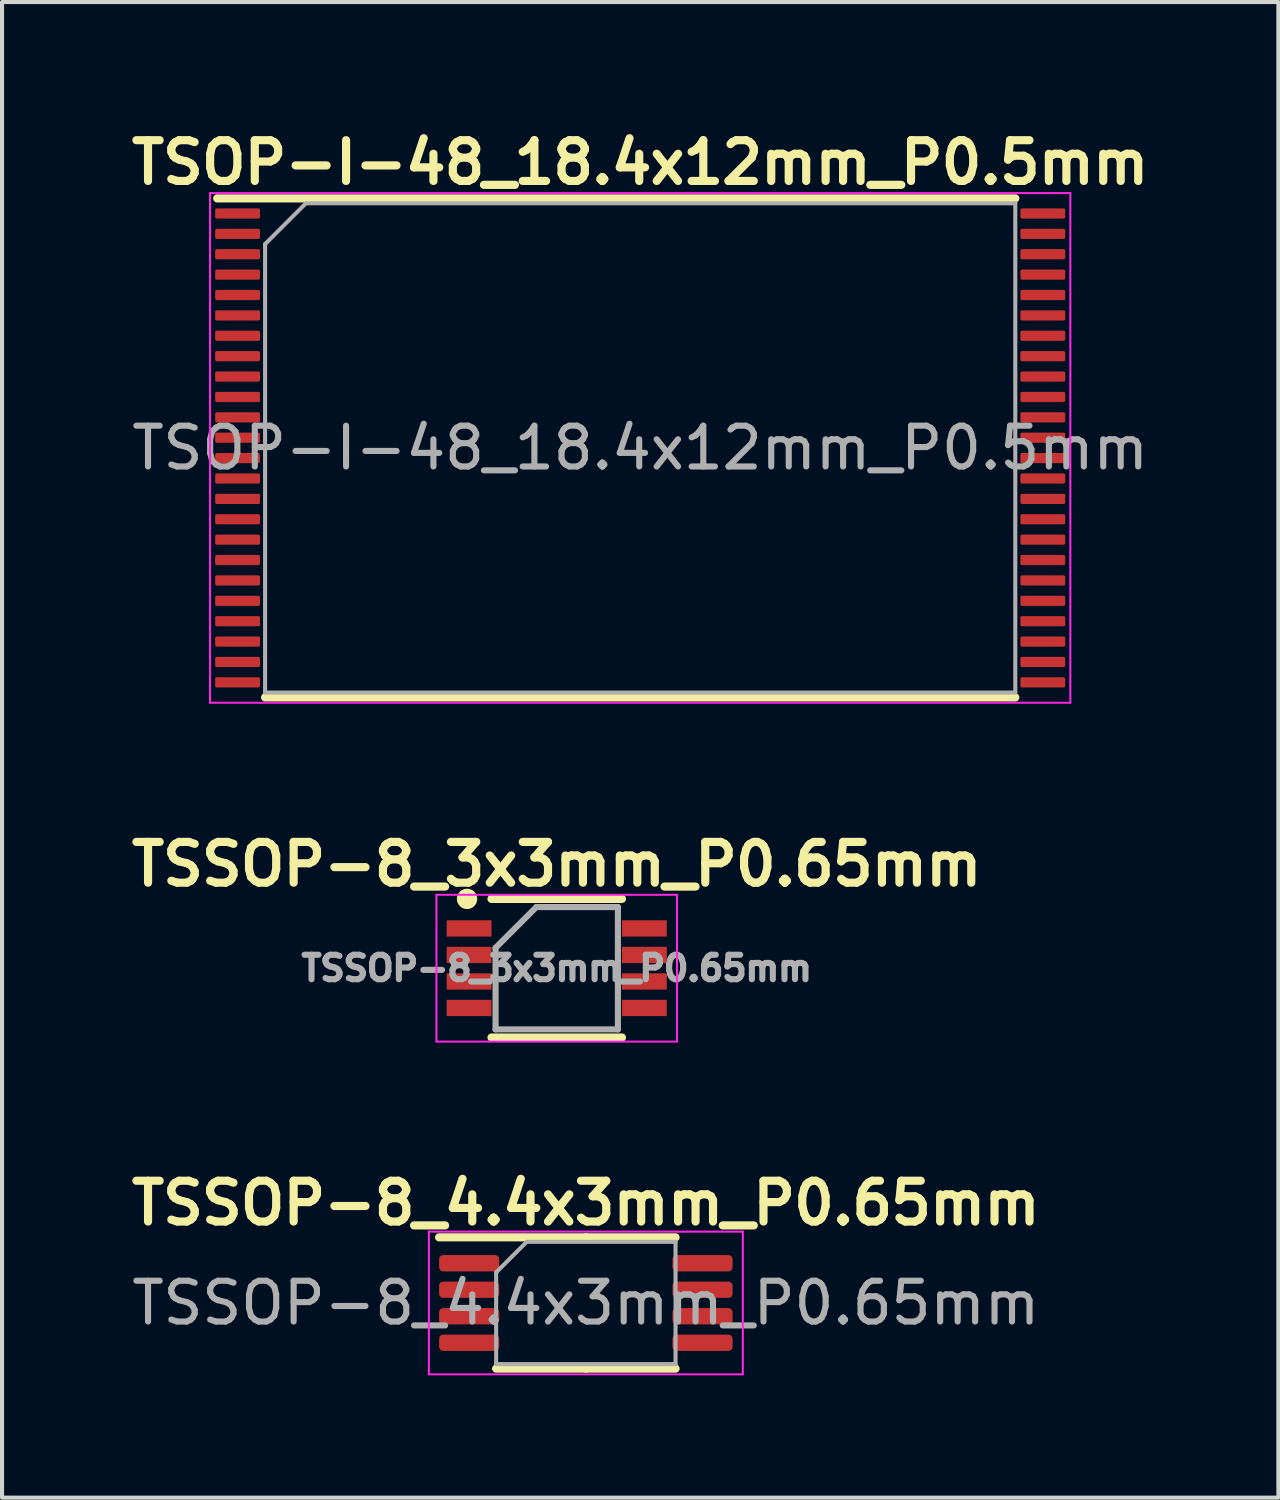
<source format=kicad_pcb>
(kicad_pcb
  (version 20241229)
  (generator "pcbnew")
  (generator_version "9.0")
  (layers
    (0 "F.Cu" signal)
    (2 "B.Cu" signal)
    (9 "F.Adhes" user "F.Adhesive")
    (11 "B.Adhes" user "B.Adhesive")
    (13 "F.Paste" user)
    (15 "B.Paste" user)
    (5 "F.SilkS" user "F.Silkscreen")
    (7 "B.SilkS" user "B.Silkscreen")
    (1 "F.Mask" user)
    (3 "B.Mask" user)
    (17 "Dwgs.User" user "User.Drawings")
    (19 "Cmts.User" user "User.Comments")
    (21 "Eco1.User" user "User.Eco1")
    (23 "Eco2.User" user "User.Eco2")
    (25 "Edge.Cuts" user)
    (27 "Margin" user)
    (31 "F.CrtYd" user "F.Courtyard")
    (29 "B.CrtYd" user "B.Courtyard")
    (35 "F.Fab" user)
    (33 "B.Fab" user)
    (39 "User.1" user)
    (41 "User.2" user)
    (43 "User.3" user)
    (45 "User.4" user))
  (footprint "TSSOP-8_3x3mm_P0.65mm"
    (layer "F.Cu")
    (at 10.605 20.697)
    (property "Reference" "TSSOP-8_3x3mm_P0.65mm" (at 0 -2.55 0) (layer "F.SilkS") (effects (font (size 1 1) (thickness 0.2))))
    (attr smd)
    (fp_line (start -1.6 -1.7) (end 1.6 -1.7) (stroke (width 0.2) (type solid)) (layer "F.SilkS"))
    (fp_line (start -1.6 1.7) (end 1.6 1.7) (stroke (width 0.2) (type solid)) (layer "F.SilkS"))
    (fp_circle (center -2.2 -1.7) (end -2.075 -1.7) (stroke (width 0.25) (type solid)) (fill no) (layer "F.SilkS"))
    (fp_line (start -2.95 -1.8) (end -2.95 1.8) (stroke (width 0.05) (type solid)) (layer "F.CrtYd"))
    (fp_line (start -2.95 -1.8) (end 2.95 -1.8) (stroke (width 0.05) (type solid)) (layer "F.CrtYd"))
    (fp_line (start -2.95 1.8) (end 2.95 1.8) (stroke (width 0.05) (type solid)) (layer "F.CrtYd"))
    (fp_line (start 2.95 -1.8) (end 2.95 1.8) (stroke (width 0.05) (type solid)) (layer "F.CrtYd"))
    (fp_line (start -1.5 -0.5) (end -0.5 -1.5) (stroke (width 0.15) (type solid)) (layer "F.Fab"))
    (fp_line (start -1.5 1.5) (end -1.5 -0.5) (stroke (width 0.15) (type solid)) (layer "F.Fab"))
    (fp_line (start -0.5 -1.5) (end 1.5 -1.5) (stroke (width 0.15) (type solid)) (layer "F.Fab"))
    (fp_line (start 1.5 -1.5) (end 1.5 1.5) (stroke (width 0.15) (type solid)) (layer "F.Fab"))
    (fp_line (start 1.5 1.5) (end -1.5 1.5) (stroke (width 0.15) (type solid)) (layer "F.Fab"))
    (fp_text user "${REFERENCE}" (at 0 0 0) (layer "F.Fab") (effects (font (size 0.6 0.6) (thickness 0.15))))
    (pad "1" smd rect (at -2.15 -0.975) (size 1.1 0.4) (layers "F.Cu" "F.Mask" "F.Paste"))
    (pad "2" smd rect (at -2.15 -0.325) (size 1.1 0.4) (layers "F.Cu" "F.Mask" "F.Paste"))
    (pad "3" smd rect (at -2.15 0.325) (size 1.1 0.4) (layers "F.Cu" "F.Mask" "F.Paste"))
    (pad "4" smd rect (at -2.15 0.975) (size 1.1 0.4) (layers "F.Cu" "F.Mask" "F.Paste"))
    (pad "5" smd rect (at 2.15 0.975) (size 1.1 0.4) (layers "F.Cu" "F.Mask" "F.Paste"))
    (pad "6" smd rect (at 2.15 0.325) (size 1.1 0.4) (layers "F.Cu" "F.Mask" "F.Paste"))
    (pad "7" smd rect (at 2.15 -0.325) (size 1.1 0.4) (layers "F.Cu" "F.Mask" "F.Paste"))
    (pad "8" smd rect (at 2.15 -0.975) (size 1.1 0.4) (layers "F.Cu" "F.Mask" "F.Paste")))
  (footprint "TSOP-I-48_18.4x12mm_P0.5mm"
    (layer "F.Cu")
    (at 12.652 7.936)
    (property "Reference" "TSOP-I-48_18.4x12mm_P0.5mm" (at 0 -7 0) (layer "F.SilkS") (effects (font (size 1 1) (thickness 0.2))))
    (attr smd)
    (fp_line (start -9.2 6.12) (end 9.2 6.12) (stroke (width 0.2) (type solid)) (layer "F.SilkS"))
    (fp_line (start 9.2 -6.12) (end -10.375 -6.12) (stroke (width 0.2) (type solid)) (layer "F.SilkS"))
    (fp_line (start -10.55 -6.25) (end 10.55 -6.25) (stroke (width 0.05) (type solid)) (layer "F.CrtYd"))
    (fp_line (start -10.55 6.25) (end -10.55 -6.25) (stroke (width 0.05) (type solid)) (layer "F.CrtYd"))
    (fp_line (start 10.55 -6.25) (end 10.55 6.25) (stroke (width 0.05) (type solid)) (layer "F.CrtYd"))
    (fp_line (start 10.55 6.25) (end -10.55 6.25) (stroke (width 0.05) (type solid)) (layer "F.CrtYd"))
    (fp_line (start -9.2 6) (end -9.2 -5) (stroke (width 0.1) (type solid)) (layer "F.Fab"))
    (fp_line (start -8.2 -6) (end -9.2 -5) (stroke (width 0.1) (type solid)) (layer "F.Fab"))
    (fp_line (start -8.2 -6) (end 9.2 -6) (stroke (width 0.1) (type solid)) (layer "F.Fab"))
    (fp_line (start 9.2 -6) (end 9.2 6) (stroke (width 0.1) (type solid)) (layer "F.Fab"))
    (fp_line (start 9.2 6) (end -9.2 6) (stroke (width 0.1) (type solid)) (layer "F.Fab"))
    (fp_text user "${REFERENCE}" (at 0 0 0) (layer "F.Fab") (effects (font (size 1 1) (thickness 0.15))))
    (pad "1" smd roundrect (at -9.875 -5.75) (size 1.1 0.25) (layers "F.Cu" "F.Mask" "F.Paste") (roundrect_rratio 0.15))
    (pad "2" smd roundrect (at -9.875 -5.25) (size 1.1 0.25) (layers "F.Cu" "F.Mask" "F.Paste") (roundrect_rratio 0.15))
    (pad "3" smd roundrect (at -9.875 -4.75) (size 1.1 0.25) (layers "F.Cu" "F.Mask" "F.Paste") (roundrect_rratio 0.15))
    (pad "4" smd roundrect (at -9.875 -4.25) (size 1.1 0.25) (layers "F.Cu" "F.Mask" "F.Paste") (roundrect_rratio 0.15))
    (pad "5" smd roundrect (at -9.875 -3.75) (size 1.1 0.25) (layers "F.Cu" "F.Mask" "F.Paste") (roundrect_rratio 0.15))
    (pad "6" smd roundrect (at -9.875 -3.25) (size 1.1 0.25) (layers "F.Cu" "F.Mask" "F.Paste") (roundrect_rratio 0.15))
    (pad "7" smd roundrect (at -9.875 -2.75) (size 1.1 0.25) (layers "F.Cu" "F.Mask" "F.Paste") (roundrect_rratio 0.15))
    (pad "8" smd roundrect (at -9.875 -2.25) (size 1.1 0.25) (layers "F.Cu" "F.Mask" "F.Paste") (roundrect_rratio 0.15))
    (pad "9" smd roundrect (at -9.875 -1.75) (size 1.1 0.25) (layers "F.Cu" "F.Mask" "F.Paste") (roundrect_rratio 0.15))
    (pad "10" smd roundrect (at -9.875 -1.25) (size 1.1 0.25) (layers "F.Cu" "F.Mask" "F.Paste") (roundrect_rratio 0.15))
    (pad "11" smd roundrect (at -9.875 -0.75) (size 1.1 0.25) (layers "F.Cu" "F.Mask" "F.Paste") (roundrect_rratio 0.15))
    (pad "12" smd roundrect (at -9.875 -0.25) (size 1.1 0.25) (layers "F.Cu" "F.Mask" "F.Paste") (roundrect_rratio 0.15))
    (pad "13" smd roundrect (at -9.875 0.25) (size 1.1 0.25) (layers "F.Cu" "F.Mask" "F.Paste") (roundrect_rratio 0.15))
    (pad "14" smd roundrect (at -9.875 0.75) (size 1.1 0.25) (layers "F.Cu" "F.Mask" "F.Paste") (roundrect_rratio 0.15))
    (pad "15" smd roundrect (at -9.875 1.25) (size 1.1 0.25) (layers "F.Cu" "F.Mask" "F.Paste") (roundrect_rratio 0.15))
    (pad "16" smd roundrect (at -9.875 1.75) (size 1.1 0.25) (layers "F.Cu" "F.Mask" "F.Paste") (roundrect_rratio 0.15))
    (pad "17" smd roundrect (at -9.875 2.25) (size 1.1 0.25) (layers "F.Cu" "F.Mask" "F.Paste") (roundrect_rratio 0.15))
    (pad "18" smd roundrect (at -9.875 2.75) (size 1.1 0.25) (layers "F.Cu" "F.Mask" "F.Paste") (roundrect_rratio 0.15))
    (pad "19" smd roundrect (at -9.875 3.25) (size 1.1 0.25) (layers "F.Cu" "F.Mask" "F.Paste") (roundrect_rratio 0.15))
    (pad "20" smd roundrect (at -9.875 3.75) (size 1.1 0.25) (layers "F.Cu" "F.Mask" "F.Paste") (roundrect_rratio 0.15))
    (pad "21" smd roundrect (at -9.875 4.25) (size 1.1 0.25) (layers "F.Cu" "F.Mask" "F.Paste") (roundrect_rratio 0.15))
    (pad "22" smd roundrect (at -9.875 4.75) (size 1.1 0.25) (layers "F.Cu" "F.Mask" "F.Paste") (roundrect_rratio 0.15))
    (pad "23" smd roundrect (at -9.875 5.25) (size 1.1 0.25) (layers "F.Cu" "F.Mask" "F.Paste") (roundrect_rratio 0.15))
    (pad "24" smd roundrect (at -9.875 5.75) (size 1.1 0.25) (layers "F.Cu" "F.Mask" "F.Paste") (roundrect_rratio 0.15))
    (pad "25" smd roundrect (at 9.875 5.75) (size 1.1 0.25) (layers "F.Cu" "F.Mask" "F.Paste") (roundrect_rratio 0.15))
    (pad "26" smd roundrect (at 9.875 5.25) (size 1.1 0.25) (layers "F.Cu" "F.Mask" "F.Paste") (roundrect_rratio 0.15))
    (pad "27" smd roundrect (at 9.875 4.75) (size 1.1 0.25) (layers "F.Cu" "F.Mask" "F.Paste") (roundrect_rratio 0.15))
    (pad "28" smd roundrect (at 9.875 4.25) (size 1.1 0.25) (layers "F.Cu" "F.Mask" "F.Paste") (roundrect_rratio 0.15))
    (pad "29" smd roundrect (at 9.875 3.75) (size 1.1 0.25) (layers "F.Cu" "F.Mask" "F.Paste") (roundrect_rratio 0.15))
    (pad "30" smd roundrect (at 9.875 3.25) (size 1.1 0.25) (layers "F.Cu" "F.Mask" "F.Paste") (roundrect_rratio 0.15))
    (pad "31" smd roundrect (at 9.875 2.75) (size 1.1 0.25) (layers "F.Cu" "F.Mask" "F.Paste") (roundrect_rratio 0.15))
    (pad "32" smd roundrect (at 9.875 2.25) (size 1.1 0.25) (layers "F.Cu" "F.Mask" "F.Paste") (roundrect_rratio 0.15))
    (pad "33" smd roundrect (at 9.875 1.75) (size 1.1 0.25) (layers "F.Cu" "F.Mask" "F.Paste") (roundrect_rratio 0.15))
    (pad "34" smd roundrect (at 9.875 1.25) (size 1.1 0.25) (layers "F.Cu" "F.Mask" "F.Paste") (roundrect_rratio 0.15))
    (pad "35" smd roundrect (at 9.875 0.75) (size 1.1 0.25) (layers "F.Cu" "F.Mask" "F.Paste") (roundrect_rratio 0.15))
    (pad "36" smd roundrect (at 9.875 0.25) (size 1.1 0.25) (layers "F.Cu" "F.Mask" "F.Paste") (roundrect_rratio 0.15))
    (pad "37" smd roundrect (at 9.875 -0.25) (size 1.1 0.25) (layers "F.Cu" "F.Mask" "F.Paste") (roundrect_rratio 0.15))
    (pad "38" smd roundrect (at 9.875 -0.75) (size 1.1 0.25) (layers "F.Cu" "F.Mask" "F.Paste") (roundrect_rratio 0.15))
    (pad "39" smd roundrect (at 9.875 -1.25) (size 1.1 0.25) (layers "F.Cu" "F.Mask" "F.Paste") (roundrect_rratio 0.15))
    (pad "40" smd roundrect (at 9.875 -1.75) (size 1.1 0.25) (layers "F.Cu" "F.Mask" "F.Paste") (roundrect_rratio 0.15))
    (pad "41" smd roundrect (at 9.875 -2.25) (size 1.1 0.25) (layers "F.Cu" "F.Mask" "F.Paste") (roundrect_rratio 0.15))
    (pad "42" smd roundrect (at 9.875 -2.75) (size 1.1 0.25) (layers "F.Cu" "F.Mask" "F.Paste") (roundrect_rratio 0.15))
    (pad "43" smd roundrect (at 9.875 -3.25) (size 1.1 0.25) (layers "F.Cu" "F.Mask" "F.Paste") (roundrect_rratio 0.15))
    (pad "44" smd roundrect (at 9.875 -3.75) (size 1.1 0.25) (layers "F.Cu" "F.Mask" "F.Paste") (roundrect_rratio 0.15))
    (pad "45" smd roundrect (at 9.875 -4.25) (size 1.1 0.25) (layers "F.Cu" "F.Mask" "F.Paste") (roundrect_rratio 0.15))
    (pad "46" smd roundrect (at 9.875 -4.75) (size 1.1 0.25) (layers "F.Cu" "F.Mask" "F.Paste") (roundrect_rratio 0.15))
    (pad "47" smd roundrect (at 9.875 -5.25) (size 1.1 0.25) (layers "F.Cu" "F.Mask" "F.Paste") (roundrect_rratio 0.15))
    (pad "48" smd roundrect (at 9.875 -5.75) (size 1.1 0.25) (layers "F.Cu" "F.Mask" "F.Paste") (roundrect_rratio 0.15)))
  (footprint "TSSOP-8_4.4x3mm_P0.65mm"
    (layer "F.Cu")
    (at 11.319 28.908)
    (property "Reference" "TSSOP-8_4.4x3mm_P0.65mm" (at 0 -2.45 0) (layer "F.SilkS") (effects (font (size 1 1) (thickness 0.2) (bold yes))))
    (attr smd)
    (fp_line (start 0 -1.61) (end -3.6 -1.61) (stroke (width 0.2) (type solid)) (layer "F.SilkS"))
    (fp_line (start 0 -1.61) (end 2.2 -1.61) (stroke (width 0.2) (type solid)) (layer "F.SilkS"))
    (fp_line (start 0 1.61) (end -2.2 1.61) (stroke (width 0.2) (type solid)) (layer "F.SilkS"))
    (fp_line (start 0 1.61) (end 2.2 1.61) (stroke (width 0.2) (type solid)) (layer "F.SilkS"))
    (fp_line (start -3.85 -1.75) (end -3.85 1.75) (stroke (width 0.05) (type solid)) (layer "F.CrtYd"))
    (fp_line (start -3.85 1.75) (end 3.85 1.75) (stroke (width 0.05) (type solid)) (layer "F.CrtYd"))
    (fp_line (start 3.85 -1.75) (end -3.85 -1.75) (stroke (width 0.05) (type solid)) (layer "F.CrtYd"))
    (fp_line (start 3.85 1.75) (end 3.85 -1.75) (stroke (width 0.05) (type solid)) (layer "F.CrtYd"))
    (fp_line (start -2.2 -0.75) (end -1.45 -1.5) (stroke (width 0.1) (type solid)) (layer "F.Fab"))
    (fp_line (start -2.2 1.5) (end -2.2 -0.75) (stroke (width 0.1) (type solid)) (layer "F.Fab"))
    (fp_line (start -1.45 -1.5) (end 2.2 -1.5) (stroke (width 0.1) (type solid)) (layer "F.Fab"))
    (fp_line (start 2.2 -1.5) (end 2.2 1.5) (stroke (width 0.1) (type solid)) (layer "F.Fab"))
    (fp_line (start 2.2 1.5) (end -2.2 1.5) (stroke (width 0.1) (type solid)) (layer "F.Fab"))
    (fp_text user "${REFERENCE}" (at 0 0 0) (layer "F.Fab") (effects (font (size 1 1) (thickness 0.15))))
    (pad "1" smd roundrect (at -2.862 -0.975) (size 1.475 0.4) (layers "F.Cu" "F.Mask" "F.Paste") (roundrect_rratio 0.25))
    (pad "2" smd roundrect (at -2.862 -0.325) (size 1.475 0.4) (layers "F.Cu" "F.Mask" "F.Paste") (roundrect_rratio 0.25))
    (pad "3" smd roundrect (at -2.862 0.325) (size 1.475 0.4) (layers "F.Cu" "F.Mask" "F.Paste") (roundrect_rratio 0.25))
    (pad "4" smd roundrect (at -2.862 0.975) (size 1.475 0.4) (layers "F.Cu" "F.Mask" "F.Paste") (roundrect_rratio 0.25))
    (pad "5" smd roundrect (at 2.862 0.975) (size 1.475 0.4) (layers "F.Cu" "F.Mask" "F.Paste") (roundrect_rratio 0.25))
    (pad "6" smd roundrect (at 2.862 0.325) (size 1.475 0.4) (layers "F.Cu" "F.Mask" "F.Paste") (roundrect_rratio 0.25))
    (pad "7" smd roundrect (at 2.862 -0.325) (size 1.475 0.4) (layers "F.Cu" "F.Mask" "F.Paste") (roundrect_rratio 0.25))
    (pad "8" smd roundrect (at 2.862 -0.975) (size 1.475 0.4) (layers "F.Cu" "F.Mask" "F.Paste") (roundrect_rratio 0.25)))
  (gr_rect
    (start -3 -3)
    (end 28.305 33.683)
    (stroke (width 0.1) (type default))
    (fill no)
    (layer "Edge.Cuts")))
</source>
